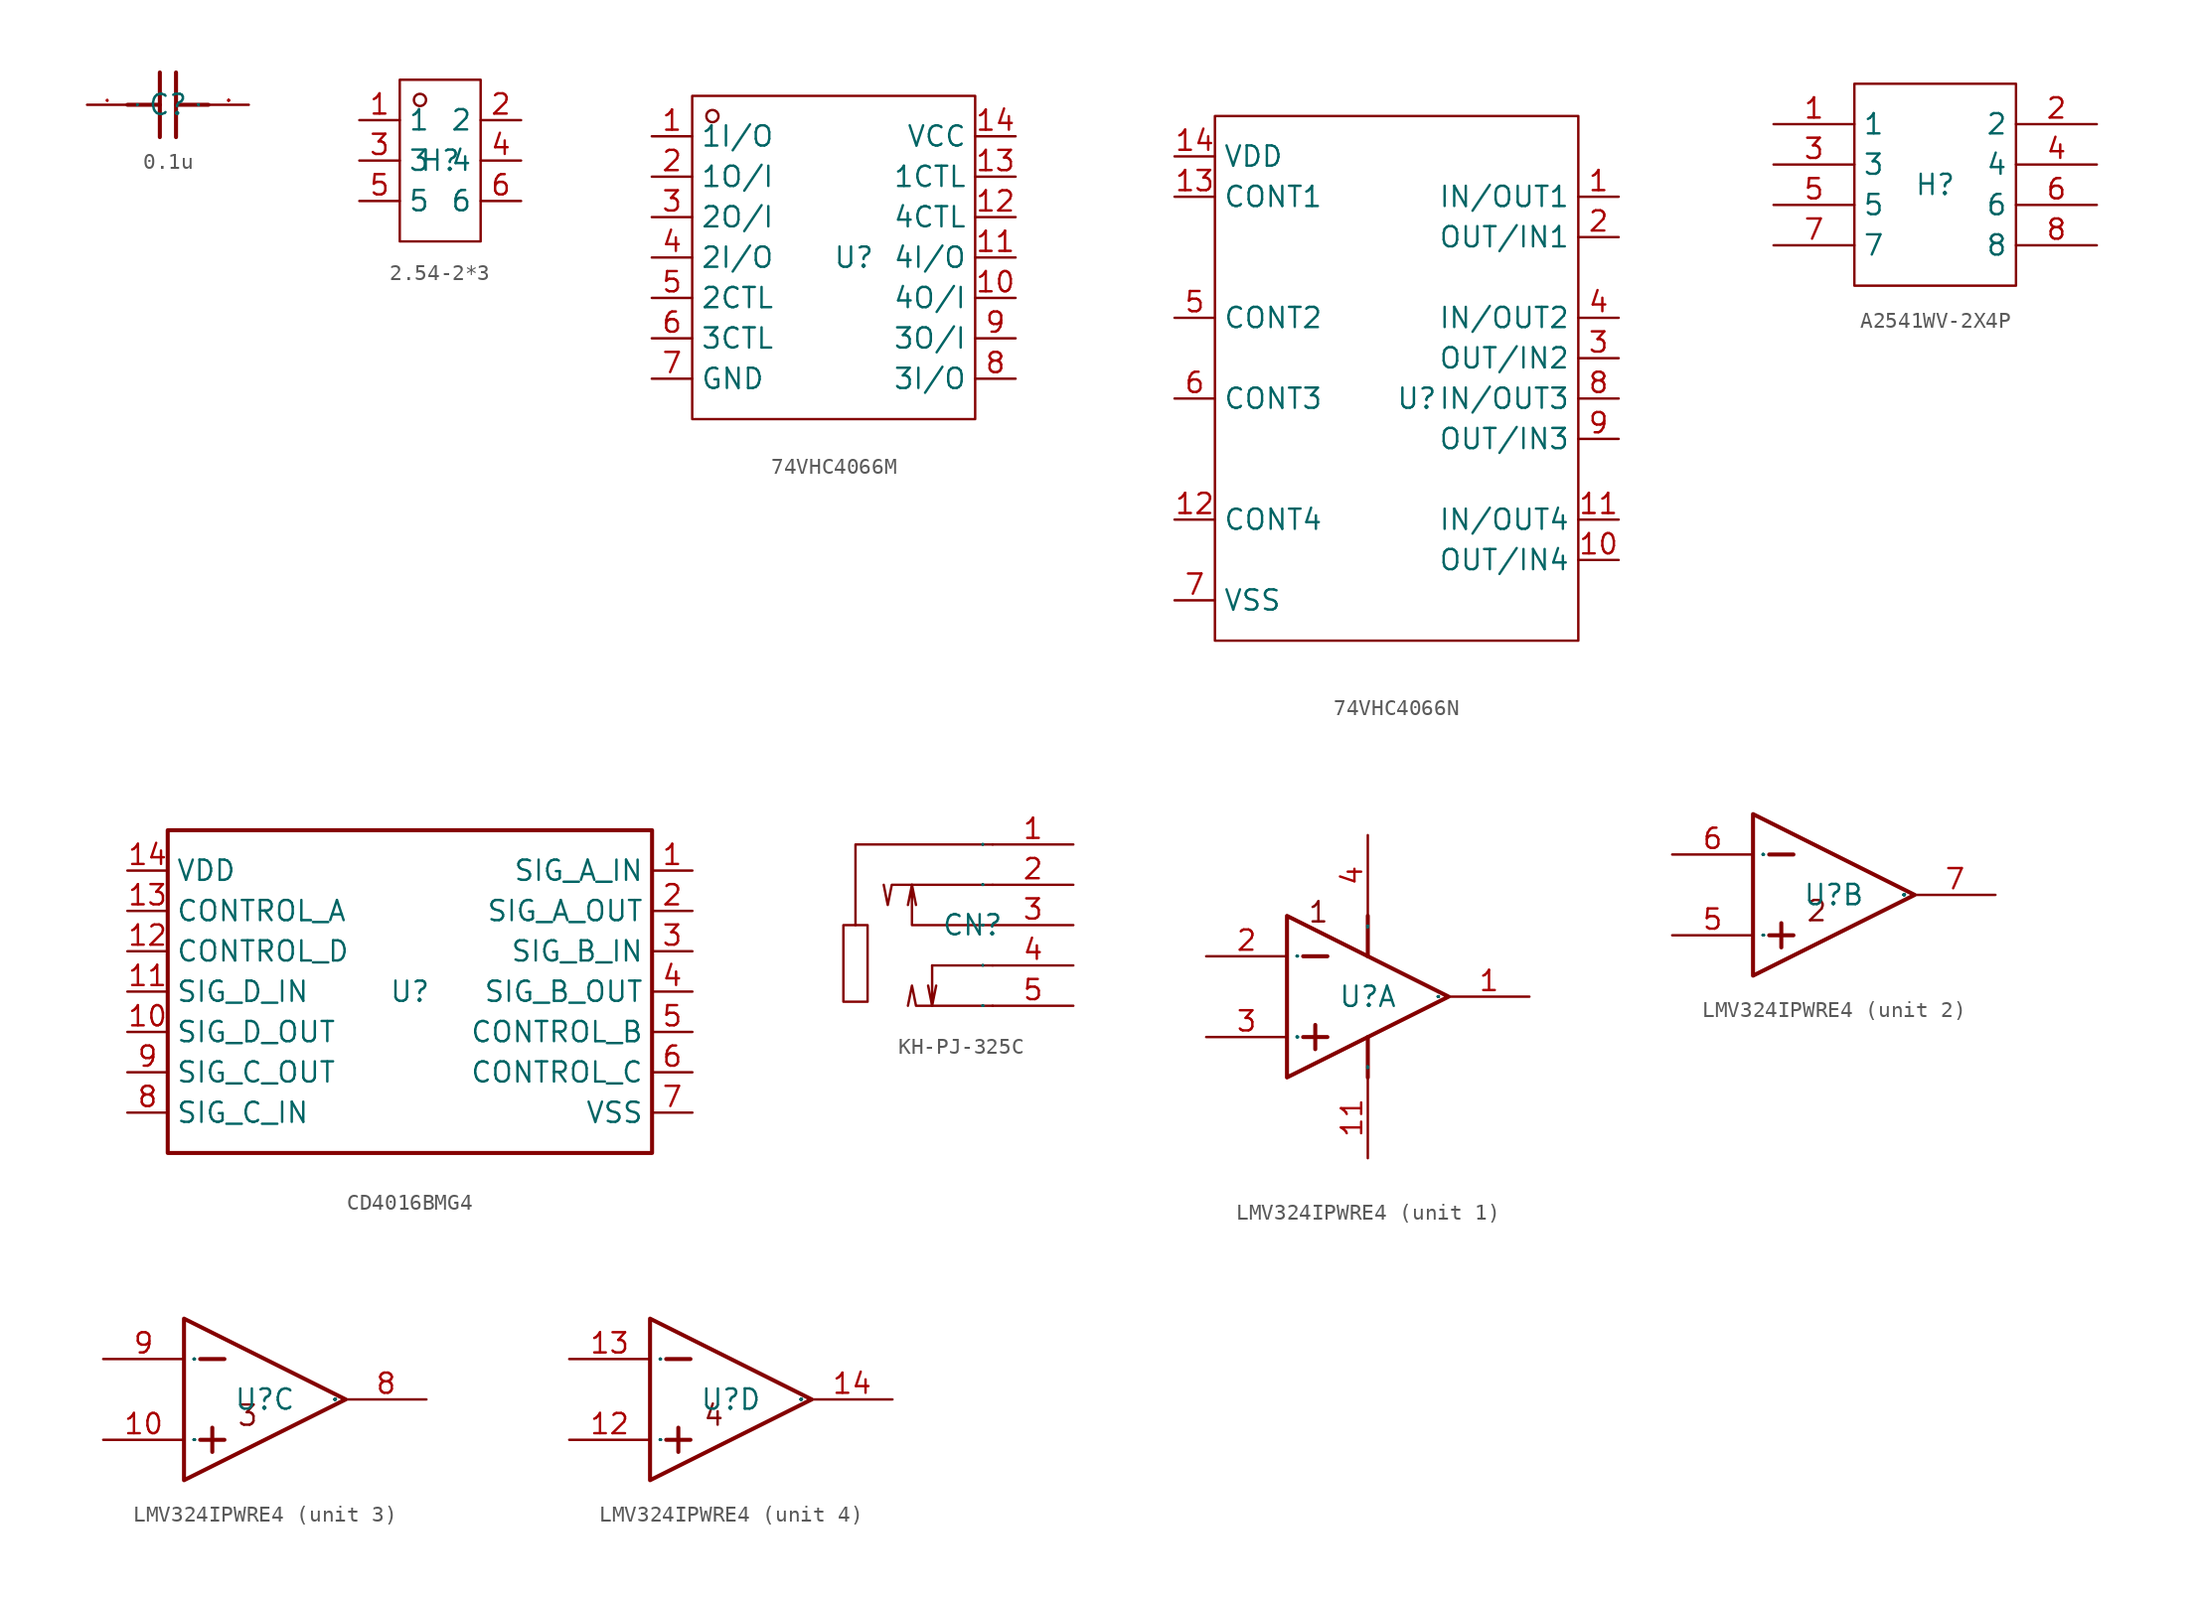
<source format=kicad_sym>
(kicad_symbol_lib
  (version 20241209)
  (generator "kicad_symbol_editor")
  (generator_version "9.0")
  (symbol "0.1u"
    (property "Reference" "C"
      (at 0 0 0)
      (effects (font (size 1.27 1.27))))
    (property "Value" ""
      (at 0 0 0)
      (effects (font (size 1.27 1.27))))
    (symbol "0.1u_1_0"
      (polyline (pts (xy -0.508 2.032) (xy -0.508 -2.032)) (stroke (width 0.254) (type default)) (fill (type none)))
      (polyline (pts (xy -0.508 0) (xy -2.54 0)) (stroke (width 0.254) (type default)) (fill (type none)))
      (polyline (pts (xy 0.508 -2.032) (xy 0.508 2.032)) (stroke (width 0.254) (type default)) (fill (type none)))
      (polyline (pts (xy 2.54 0) (xy 0.508 0)) (stroke (width 0.254) (type default)) (fill (type none)))
      (pin unspecified line (at -5.08 0 0) (length 2.54) (name "1" (effects (font (size 0.025 0.025)))) (number "1" (effects (font (size 0.025 0.025)))))
      (pin unspecified line (at 5.08 0 180) (length 2.54) (name "2" (effects (font (size 0.025 0.025)))) (number "2" (effects (font (size 0.025 0.025)))))))
  (symbol "2.54-2*3"
    (property "Reference" "H"
      (at 0 0 0)
      (effects (font (size 1.27 1.27))))
    (property "Value" ""
      (at 0 0 0)
      (effects (font (size 1.27 1.27))))
    (symbol "2.54-2*3_1_0"
      (rectangle (start -2.54 -5.08) (end 2.54 5.08) (stroke (width 0) (type default)) (fill (type none)))
      (circle (center -1.27 3.81) (radius 0.381) (stroke (width 0) (type default)) (fill (type none)))
      (pin unspecified line (at -5.08 2.54 0) (length 2.54) (name "1" (effects (font (size 1.27 1.27)))) (number "1" (effects (font (size 1.27 1.27)))))
      (pin unspecified line (at -5.08 0 0) (length 2.54) (name "3" (effects (font (size 1.27 1.27)))) (number "3" (effects (font (size 1.27 1.27)))))
      (pin unspecified line (at -5.08 -2.54 0) (length 2.54) (name "5" (effects (font (size 1.27 1.27)))) (number "5" (effects (font (size 1.27 1.27)))))
      (pin unspecified line (at 5.08 2.54 180) (length 2.54) (name "2" (effects (font (size 1.27 1.27)))) (number "2" (effects (font (size 1.27 1.27)))))
      (pin unspecified line (at 5.08 0 180) (length 2.54) (name "4" (effects (font (size 1.27 1.27)))) (number "4" (effects (font (size 1.27 1.27)))))
      (pin unspecified line (at 5.08 -2.54 180) (length 2.54) (name "6" (effects (font (size 1.27 1.27)))) (number "6" (effects (font (size 1.27 1.27)))))))
  (symbol "74VHC4066M"
    (property "Reference" "U"
      (at 0 0 0)
      (effects (font (size 1.27 1.27))))
    (property "Value" ""
      (at 0 0 0)
      (effects (font (size 1.27 1.27))))
    (symbol "74VHC4066M_1_0"
      (rectangle (start -10.16 -10.16) (end 7.62 10.16) (stroke (width 0) (type default)) (fill (type none)))
      (circle (center -8.89 8.89) (radius 0.381) (stroke (width 0) (type default)) (fill (type none)))
      (pin unspecified line (at -12.7 7.62 0) (length 2.54) (name "1I/O" (effects (font (size 1.27 1.27)))) (number "1" (effects (font (size 1.27 1.27)))))
      (pin unspecified line (at -12.7 5.08 0) (length 2.54) (name "1O/I" (effects (font (size 1.27 1.27)))) (number "2" (effects (font (size 1.27 1.27)))))
      (pin unspecified line (at -12.7 2.54 0) (length 2.54) (name "2O/I" (effects (font (size 1.27 1.27)))) (number "3" (effects (font (size 1.27 1.27)))))
      (pin unspecified line (at -12.7 0 0) (length 2.54) (name "2I/O" (effects (font (size 1.27 1.27)))) (number "4" (effects (font (size 1.27 1.27)))))
      (pin unspecified line (at -12.7 -2.54 0) (length 2.54) (name "2CTL" (effects (font (size 1.27 1.27)))) (number "5" (effects (font (size 1.27 1.27)))))
      (pin unspecified line (at -12.7 -5.08 0) (length 2.54) (name "3CTL" (effects (font (size 1.27 1.27)))) (number "6" (effects (font (size 1.27 1.27)))))
      (pin unspecified line (at -12.7 -7.62 0) (length 2.54) (name "GND" (effects (font (size 1.27 1.27)))) (number "7" (effects (font (size 1.27 1.27)))))
      (pin unspecified line (at 10.16 7.62 180) (length 2.54) (name "VCC" (effects (font (size 1.27 1.27)))) (number "14" (effects (font (size 1.27 1.27)))))
      (pin unspecified line (at 10.16 5.08 180) (length 2.54) (name "1CTL" (effects (font (size 1.27 1.27)))) (number "13" (effects (font (size 1.27 1.27)))))
      (pin unspecified line (at 10.16 2.54 180) (length 2.54) (name "4CTL" (effects (font (size 1.27 1.27)))) (number "12" (effects (font (size 1.27 1.27)))))
      (pin unspecified line (at 10.16 0 180) (length 2.54) (name "4I/O" (effects (font (size 1.27 1.27)))) (number "11" (effects (font (size 1.27 1.27)))))
      (pin unspecified line (at 10.16 -2.54 180) (length 2.54) (name "4O/I" (effects (font (size 1.27 1.27)))) (number "10" (effects (font (size 1.27 1.27)))))
      (pin unspecified line (at 10.16 -5.08 180) (length 2.54) (name "3O/I" (effects (font (size 1.27 1.27)))) (number "9" (effects (font (size 1.27 1.27)))))
      (pin unspecified line (at 10.16 -7.62 180) (length 2.54) (name "3I/O" (effects (font (size 1.27 1.27)))) (number "8" (effects (font (size 1.27 1.27)))))))
  (symbol "74VHC4066N"
    (property "Reference" "U"
      (at 0 0 0)
      (effects (font (size 1.27 1.27))))
    (property "Value" ""
      (at 0 0 0)
      (effects (font (size 1.27 1.27))))
    (symbol "74VHC4066N_1_0"
      (rectangle (start -12.7 -15.24) (end 10.16 17.78) (stroke (width 0) (type default)) (fill (type none)))
      (pin unspecified line (at -15.24 15.24 0) (length 2.54) (name "VDD" (effects (font (size 1.27 1.27)))) (number "14" (effects (font (size 1.27 1.27)))))
      (pin unspecified line (at -15.24 12.7 0) (length 2.54) (name "CONT1" (effects (font (size 1.27 1.27)))) (number "13" (effects (font (size 1.27 1.27)))))
      (pin unspecified line (at -15.24 5.08 0) (length 2.54) (name "CONT2" (effects (font (size 1.27 1.27)))) (number "5" (effects (font (size 1.27 1.27)))))
      (pin unspecified line (at -15.24 0 0) (length 2.54) (name "CONT3" (effects (font (size 1.27 1.27)))) (number "6" (effects (font (size 1.27 1.27)))))
      (pin unspecified line (at -15.24 -7.62 0) (length 2.54) (name "CONT4" (effects (font (size 1.27 1.27)))) (number "12" (effects (font (size 1.27 1.27)))))
      (pin unspecified line (at -15.24 -12.7 0) (length 2.54) (name "VSS" (effects (font (size 1.27 1.27)))) (number "7" (effects (font (size 1.27 1.27)))))
      (pin unspecified line (at 12.7 12.7 180) (length 2.54) (name "IN/OUT1" (effects (font (size 1.27 1.27)))) (number "1" (effects (font (size 1.27 1.27)))))
      (pin unspecified line (at 12.7 10.16 180) (length 2.54) (name "OUT/IN1" (effects (font (size 1.27 1.27)))) (number "2" (effects (font (size 1.27 1.27)))))
      (pin unspecified line (at 12.7 5.08 180) (length 2.54) (name "IN/OUT2" (effects (font (size 1.27 1.27)))) (number "4" (effects (font (size 1.27 1.27)))))
      (pin unspecified line (at 12.7 2.54 180) (length 2.54) (name "OUT/IN2" (effects (font (size 1.27 1.27)))) (number "3" (effects (font (size 1.27 1.27)))))
      (pin unspecified line (at 12.7 0 180) (length 2.54) (name "IN/OUT3" (effects (font (size 1.27 1.27)))) (number "8" (effects (font (size 1.27 1.27)))))
      (pin unspecified line (at 12.7 -2.54 180) (length 2.54) (name "OUT/IN3" (effects (font (size 1.27 1.27)))) (number "9" (effects (font (size 1.27 1.27)))))
      (pin unspecified line (at 12.7 -7.62 180) (length 2.54) (name "IN/OUT4" (effects (font (size 1.27 1.27)))) (number "11" (effects (font (size 1.27 1.27)))))
      (pin unspecified line (at 12.7 -10.16 180) (length 2.54) (name "OUT/IN4" (effects (font (size 1.27 1.27)))) (number "10" (effects (font (size 1.27 1.27)))))))
  (symbol "A2541WV-2X4P"
    (property "Reference" "H"
      (at 0 0 0)
      (effects (font (size 1.27 1.27))))
    (property "Value" ""
      (at 0 0 0)
      (effects (font (size 1.27 1.27))))
    (symbol "A2541WV-2X4P_1_0"
      (rectangle (start -5.08 6.35) (end 5.08 -6.35) (stroke (width 0) (type default)) (fill (type none)))
      (pin unspecified line (at -10.16 3.81 0) (length 5.08) (name "1" (effects (font (size 1.27 1.27)))) (number "1" (effects (font (size 1.27 1.27)))))
      (pin unspecified line (at -10.16 1.27 0) (length 5.08) (name "3" (effects (font (size 1.27 1.27)))) (number "3" (effects (font (size 1.27 1.27)))))
      (pin unspecified line (at -10.16 -1.27 0) (length 5.08) (name "5" (effects (font (size 1.27 1.27)))) (number "5" (effects (font (size 1.27 1.27)))))
      (pin unspecified line (at -10.16 -3.81 0) (length 5.08) (name "7" (effects (font (size 1.27 1.27)))) (number "7" (effects (font (size 1.27 1.27)))))
      (pin unspecified line (at 10.16 3.81 180) (length 5.08) (name "2" (effects (font (size 1.27 1.27)))) (number "2" (effects (font (size 1.27 1.27)))))
      (pin unspecified line (at 10.16 1.27 180) (length 5.08) (name "4" (effects (font (size 1.27 1.27)))) (number "4" (effects (font (size 1.27 1.27)))))
      (pin unspecified line (at 10.16 -1.27 180) (length 5.08) (name "6" (effects (font (size 1.27 1.27)))) (number "6" (effects (font (size 1.27 1.27)))))
      (pin unspecified line (at 10.16 -3.81 180) (length 5.08) (name "8" (effects (font (size 1.27 1.27)))) (number "8" (effects (font (size 1.27 1.27)))))))
  (symbol "CD4016BMG4"
    (property "Reference" "U"
      (at 0 0 0)
      (effects (font (size 1.27 1.27))))
    (property "Value" ""
      (at 0 0 0)
      (effects (font (size 1.27 1.27))))
    (symbol "CD4016BMG4_1_0"
      (rectangle (start -15.24 10.16) (end 15.24 -10.16) (stroke (width 0.254) (type default)) (fill (type none)))
      (pin unspecified line (at -17.78 7.62 0) (length 2.54) (name "VDD" (effects (font (size 1.27 1.27)))) (number "14" (effects (font (size 1.27 1.27)))))
      (pin unspecified line (at -17.78 5.08 0) (length 2.54) (name "CONTROL_A" (effects (font (size 1.27 1.27)))) (number "13" (effects (font (size 1.27 1.27)))))
      (pin unspecified line (at -17.78 2.54 0) (length 2.54) (name "CONTROL_D" (effects (font (size 1.27 1.27)))) (number "12" (effects (font (size 1.27 1.27)))))
      (pin unspecified line (at -17.78 0 0) (length 2.54) (name "SIG_D_IN" (effects (font (size 1.27 1.27)))) (number "11" (effects (font (size 1.27 1.27)))))
      (pin unspecified line (at -17.78 -2.54 0) (length 2.54) (name "SIG_D_OUT" (effects (font (size 1.27 1.27)))) (number "10" (effects (font (size 1.27 1.27)))))
      (pin unspecified line (at -17.78 -5.08 0) (length 2.54) (name "SIG_C_OUT" (effects (font (size 1.27 1.27)))) (number "9" (effects (font (size 1.27 1.27)))))
      (pin unspecified line (at -17.78 -7.62 0) (length 2.54) (name "SIG_C_IN" (effects (font (size 1.27 1.27)))) (number "8" (effects (font (size 1.27 1.27)))))
      (pin unspecified line (at 17.78 7.62 180) (length 2.54) (name "SIG_A_IN" (effects (font (size 1.27 1.27)))) (number "1" (effects (font (size 1.27 1.27)))))
      (pin unspecified line (at 17.78 5.08 180) (length 2.54) (name "SIG_A_OUT" (effects (font (size 1.27 1.27)))) (number "2" (effects (font (size 1.27 1.27)))))
      (pin unspecified line (at 17.78 2.54 180) (length 2.54) (name "SIG_B_IN" (effects (font (size 1.27 1.27)))) (number "3" (effects (font (size 1.27 1.27)))))
      (pin unspecified line (at 17.78 0 180) (length 2.54) (name "SIG_B_OUT" (effects (font (size 1.27 1.27)))) (number "4" (effects (font (size 1.27 1.27)))))
      (pin unspecified line (at 17.78 -2.54 180) (length 2.54) (name "CONTROL_B" (effects (font (size 1.27 1.27)))) (number "5" (effects (font (size 1.27 1.27)))))
      (pin unspecified line (at 17.78 -5.08 180) (length 2.54) (name "CONTROL_C" (effects (font (size 1.27 1.27)))) (number "6" (effects (font (size 1.27 1.27)))))
      (pin unspecified line (at 17.78 -7.62 180) (length 2.54) (name "VSS" (effects (font (size 1.27 1.27)))) (number "7" (effects (font (size 1.27 1.27)))))))
  (symbol "KH-PJ-325C"
    (property "Reference" "CN"
      (at 0 0 0)
      (effects (font (size 1.27 1.27))))
    (property "Value" ""
      (at 0 0 0)
      (effects (font (size 1.27 1.27))))
    (symbol "KH-PJ-325C_1_0"
      (rectangle (start -8.128 -4.826) (end -6.604 0) (stroke (width 0) (type default)) (fill (type none)))
      (polyline (pts (xy -3.81 2.54) (xy -3.556 1.27)) (stroke (width 0) (type default)) (fill (type none)))
      (polyline (pts (xy -2.54 -2.54) (xy 1.27 -2.54)) (stroke (width 0) (type default)) (fill (type none)))
      (polyline (pts (xy -2.54 -2.54) (xy -2.54 -5.08) (xy -2.54 -5.08) (xy -2.286 -3.81)) (stroke (width 0) (type default)) (fill (type none)))
      (polyline (pts (xy -2.54 -5.08) (xy -2.794 -3.81)) (stroke (width 0) (type default)) (fill (type none)))
      (polyline (pts (xy 1.27 5.08) (xy -7.366 5.08) (xy -7.366 5.08) (xy -7.366 0)) (stroke (width 0) (type default)) (fill (type none)))
      (polyline (pts (xy 1.27 2.54) (xy -5.08 2.54) (xy -5.08 2.54) (xy -5.334 1.27) (xy -5.334 1.27) (xy -5.588 2.54)) (stroke (width 0) (type default)) (fill (type none)))
      (polyline (pts (xy 1.27 0) (xy -3.81 0) (xy -3.81 0) (xy -3.81 2.54) (xy -3.81 2.54) (xy -4.064 1.27)) (stroke (width 0) (type default)) (fill (type none)))
      (polyline (pts (xy 1.27 -5.08) (xy -3.556 -5.08) (xy -3.556 -5.08) (xy -3.81 -3.81) (xy -3.81 -3.81) (xy -4.064 -5.08)) (stroke (width 0) (type default)) (fill (type none)))
      (pin unspecified line (at 6.35 5.08 180) (length 5.08) (name "1" (effects (font (size 0.025 0.025)))) (number "1" (effects (font (size 1.27 1.27)))))
      (pin unspecified line (at 6.35 2.54 180) (length 5.08) (name "2" (effects (font (size 0.025 0.025)))) (number "2" (effects (font (size 1.27 1.27)))))
      (pin unspecified line (at 6.35 0 180) (length 5.08) (name "3" (effects (font (size 0.025 0.025)))) (number "3" (effects (font (size 1.27 1.27)))))
      (pin unspecified line (at 6.35 -2.54 180) (length 5.08) (name "4" (effects (font (size 0.025 0.025)))) (number "4" (effects (font (size 1.27 1.27)))))
      (pin unspecified line (at 6.35 -5.08 180) (length 5.08) (name "5" (effects (font (size 0.025 0.025)))) (number "5" (effects (font (size 1.27 1.27)))))))
  (symbol "LMV324IPWRE4"
    (property "Reference" "U"
      (at 0 0 0)
      (effects (font (size 1.27 1.27))))
    (property "Value" ""
      (at 0 0 0)
      (effects (font (size 1.27 1.27))))
    (symbol "LMV324IPWRE4_1_0"
      (polyline (pts (xy -5.08 -5.08) (xy 5.08 0) (xy 5.08 0) (xy -5.08 5.08) (xy -5.08 5.08) (xy -5.08 -5.08)) (stroke (width 0.254) (type default)) (fill (type none)))
      (polyline (pts (xy -4.064 2.54) (xy -2.54 2.54)) (stroke (width 0.254) (type default)) (fill (type none)))
      (polyline (pts (xy -4.064 -2.54) (xy -2.54 -2.54)) (stroke (width 0.254) (type default)) (fill (type none)))
      (polyline (pts (xy -3.302 -1.778) (xy -3.302 -3.302)) (stroke (width 0.254) (type default)) (fill (type none)))
      (polyline (pts (xy 0 5.08) (xy 0 2.54)) (stroke (width 0.254) (type default)) (fill (type none)))
      (polyline (pts (xy 0 -2.54) (xy 0 -5.08)) (stroke (width 0.254) (type default)) (fill (type none)))
      (text "1" (at -3.81 4.572 0) (effects (font (size 1.27 1.27)) (justify left bottom)))
      (pin unspecified line (at -10.16 2.54 0) (length 5.08) (name "1IN-" (effects (font (size 0.025 0.025)))) (number "2" (effects (font (size 1.27 1.27)))))
      (pin unspecified line (at -10.16 -2.54 0) (length 5.08) (name "1IN+" (effects (font (size 0.025 0.025)))) (number "3" (effects (font (size 1.27 1.27)))))
      (pin unspecified line (at 0 10.16 270) (length 5.08) (name "VCC+" (effects (font (size 0.025 0.025)))) (number "4" (effects (font (size 1.27 1.27)))))
      (pin unspecified line (at 0 -10.16 90) (length 5.08) (name "GND" (effects (font (size 0.025 0.025)))) (number "11" (effects (font (size 1.27 1.27)))))
      (pin output line (at 10.16 0 180) (length 5.08) (name "OUT" (effects (font (size 0.025 0.025)))) (number "1" (effects (font (size 1.27 1.27))))))
    (symbol "LMV324IPWRE4_2_0"
      (polyline (pts (xy -5.08 -5.08) (xy 5.08 0) (xy 5.08 0) (xy -5.08 5.08) (xy -5.08 5.08) (xy -5.08 -5.08)) (stroke (width 0.254) (type default)) (fill (type none)))
      (polyline (pts (xy -4.064 2.54) (xy -2.54 2.54)) (stroke (width 0.254) (type default)) (fill (type none)))
      (polyline (pts (xy -4.064 -2.54) (xy -2.54 -2.54)) (stroke (width 0.254) (type default)) (fill (type none)))
      (polyline (pts (xy -3.302 -1.778) (xy -3.302 -3.302)) (stroke (width 0.254) (type default)) (fill (type none)))
      (text "2" (at -1.778 -1.753 0) (effects (font (size 1.27 1.27)) (justify left bottom)))
      (pin unspecified line (at -10.16 2.54 0) (length 5.08) (name "2IN-" (effects (font (size 0.025 0.025)))) (number "6" (effects (font (size 1.27 1.27)))))
      (pin unspecified line (at -10.16 -2.54 0) (length 5.08) (name "2IN+" (effects (font (size 0.025 0.025)))) (number "5" (effects (font (size 1.27 1.27)))))
      (pin output line (at 10.16 0 180) (length 5.08) (name "2OUT" (effects (font (size 0.025 0.025)))) (number "7" (effects (font (size 1.27 1.27))))))
    (symbol "LMV324IPWRE4_3_0"
      (polyline (pts (xy -5.08 -5.08) (xy 5.08 0) (xy 5.08 0) (xy -5.08 5.08) (xy -5.08 5.08) (xy -5.08 -5.08)) (stroke (width 0.254) (type default)) (fill (type none)))
      (polyline (pts (xy -4.064 2.54) (xy -2.54 2.54)) (stroke (width 0.254) (type default)) (fill (type none)))
      (polyline (pts (xy -4.064 -2.54) (xy -2.54 -2.54)) (stroke (width 0.254) (type default)) (fill (type none)))
      (polyline (pts (xy -3.302 -1.778) (xy -3.302 -3.302)) (stroke (width 0.254) (type default)) (fill (type none)))
      (text "3" (at -1.778 -1.753 0) (effects (font (size 1.27 1.27)) (justify left bottom)))
      (pin unspecified line (at -10.16 2.54 0) (length 5.08) (name "3IN-" (effects (font (size 0.025 0.025)))) (number "9" (effects (font (size 1.27 1.27)))))
      (pin unspecified line (at -10.16 -2.54 0) (length 5.08) (name "3IN+" (effects (font (size 0.025 0.025)))) (number "10" (effects (font (size 1.27 1.27)))))
      (pin output line (at 10.16 0 180) (length 5.08) (name "3OUT" (effects (font (size 0.025 0.025)))) (number "8" (effects (font (size 1.27 1.27))))))
    (symbol "LMV324IPWRE4_4_0"
      (polyline (pts (xy -5.08 -5.08) (xy 5.08 0) (xy 5.08 0) (xy -5.08 5.08) (xy -5.08 5.08) (xy -5.08 -5.08)) (stroke (width 0.254) (type default)) (fill (type none)))
      (polyline (pts (xy -4.064 2.54) (xy -2.54 2.54)) (stroke (width 0.254) (type default)) (fill (type none)))
      (polyline (pts (xy -4.064 -2.54) (xy -2.54 -2.54)) (stroke (width 0.254) (type default)) (fill (type none)))
      (polyline (pts (xy -3.302 -1.778) (xy -3.302 -3.302)) (stroke (width 0.254) (type default)) (fill (type none)))
      (text "4" (at -1.778 -1.753 0) (effects (font (size 1.27 1.27)) (justify left bottom)))
      (pin unspecified line (at -10.16 2.54 0) (length 5.08) (name "4IN-" (effects (font (size 0.025 0.025)))) (number "13" (effects (font (size 1.27 1.27)))))
      (pin unspecified line (at -10.16 -2.54 0) (length 5.08) (name "4IN+" (effects (font (size 0.025 0.025)))) (number "12" (effects (font (size 1.27 1.27)))))
      (pin output line (at 10.16 0 180) (length 5.08) (name "4OUT" (effects (font (size 0.025 0.025)))) (number "14" (effects (font (size 1.27 1.27))))))))
</source>
